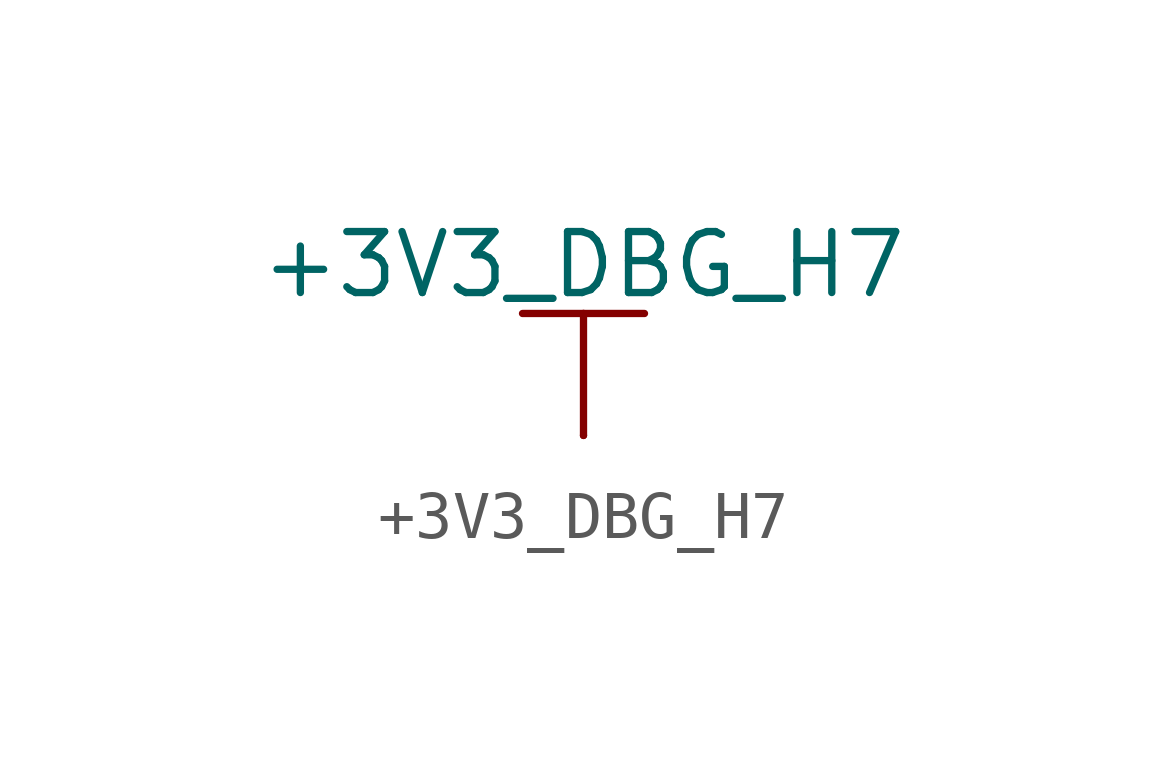
<source format=kicad_sym>
(kicad_symbol_lib
  (version 20241209)
  (generator "kicad_symbol_editor")
  (generator_version "9.0")
  (symbol "+3V3_DBG_H7"
    (power)
    (pin_numbers
      (hide yes))
    (pin_names
      (offset 0)
      (hide yes))
    (property "Reference" "#PWR"
      (at 0 0 0)
      (effects (font (size 1.27 1.27)) (hide yes)))
    (property "Value" "+3V3_DBG_H7"
      (at 0 3.556 0)
      (do_not_autoplace)
      (effects (font (size 1.27 1.27))))
    (symbol "+3V3_DBG_H7_0_1"
      (polyline (pts (xy -1.27 2.54) (xy 0 2.54)) (stroke (width 0) (type default)) (fill (type none)))
      (polyline (pts (xy 0 2.54) (xy 1.27 2.54)) (stroke (width 0) (type default)) (fill (type none)))
      (polyline (pts (xy 0 0) (xy 0 2.54)) (stroke (width 0) (type default)) (fill (type none))))
    (symbol "+3V3_DBG_H7_1_1"
      (pin power_in line (at 0 0 90) (length 0) (name "~" (effects (font (size 1.27 1.27)))) (number "1" (effects (font (size 1.27 1.27))))))))
</source>
